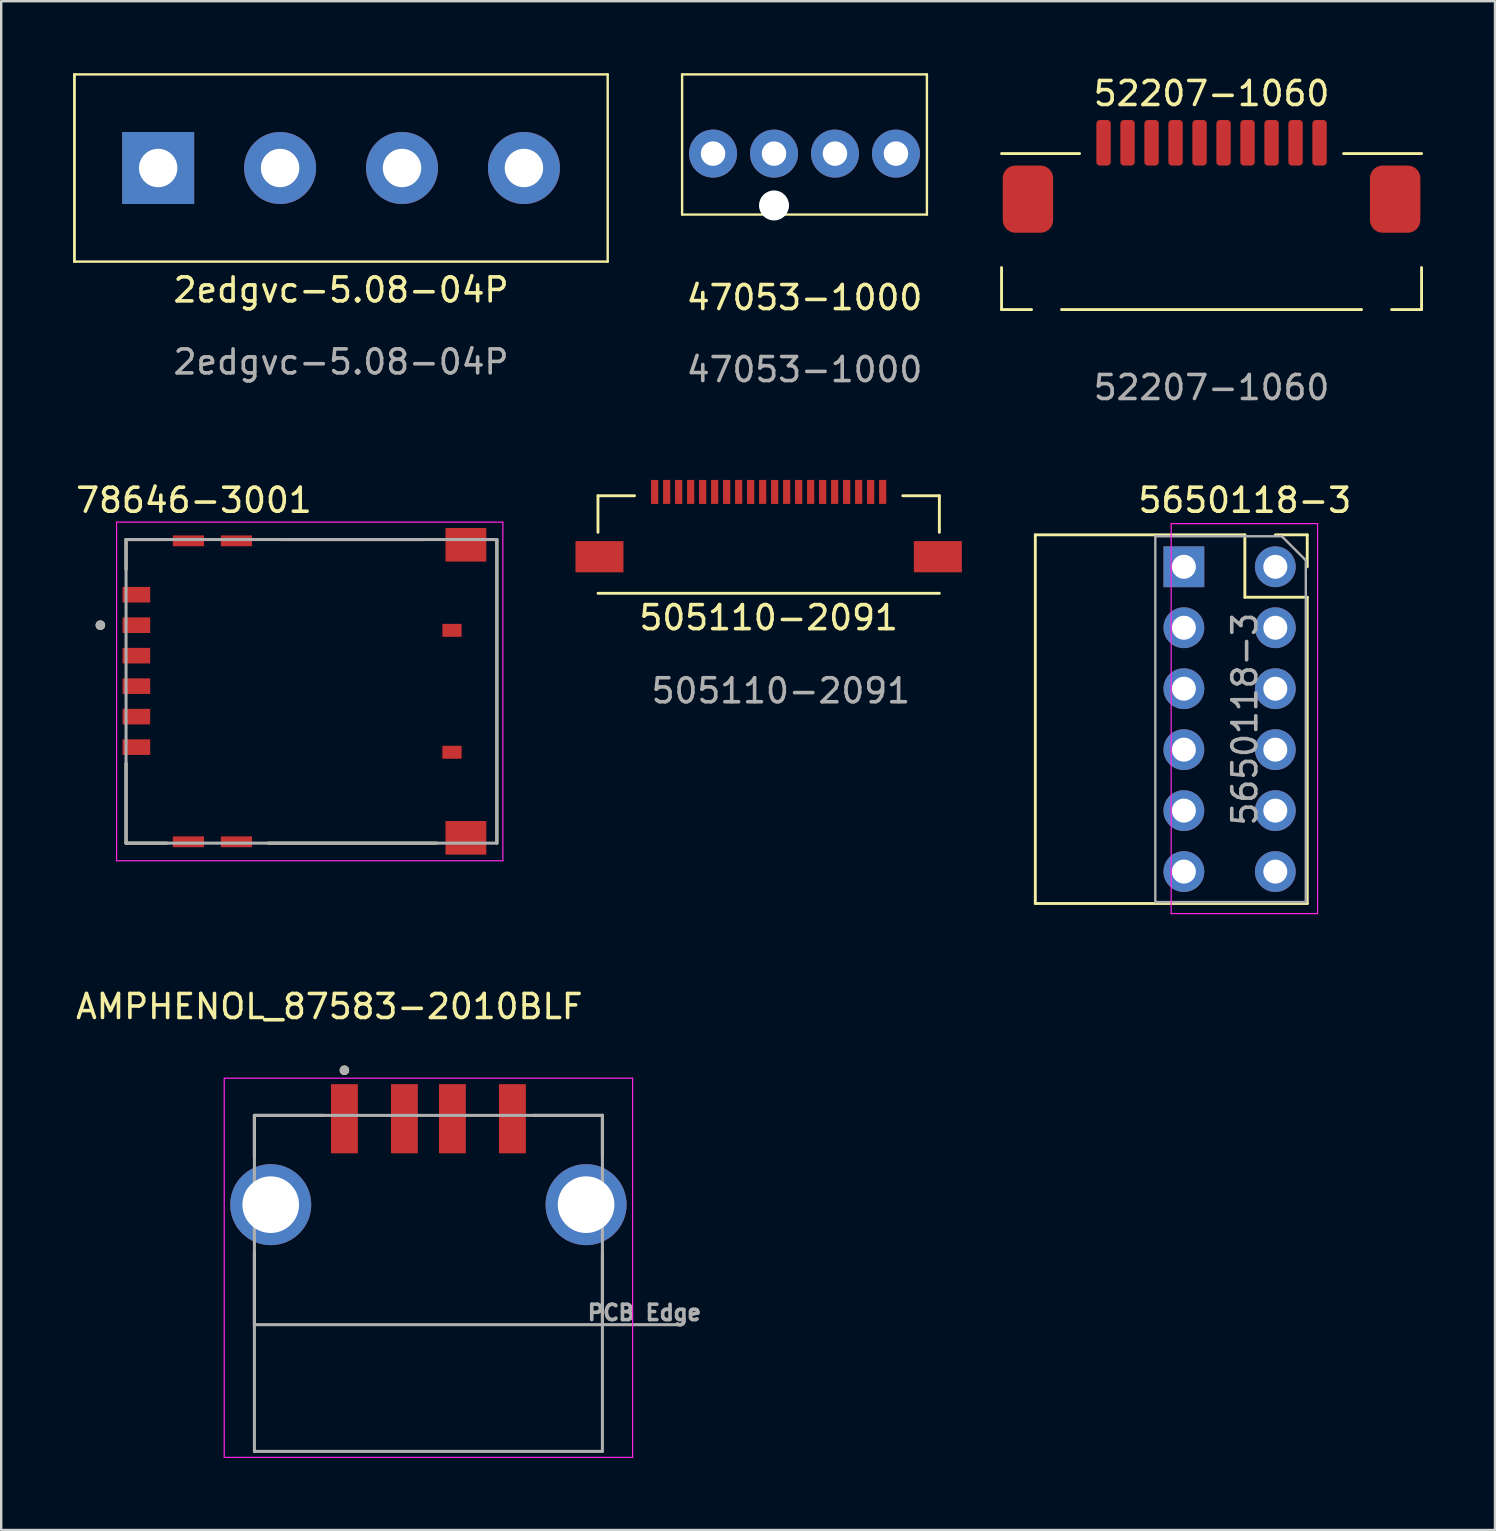
<source format=kicad_pcb>
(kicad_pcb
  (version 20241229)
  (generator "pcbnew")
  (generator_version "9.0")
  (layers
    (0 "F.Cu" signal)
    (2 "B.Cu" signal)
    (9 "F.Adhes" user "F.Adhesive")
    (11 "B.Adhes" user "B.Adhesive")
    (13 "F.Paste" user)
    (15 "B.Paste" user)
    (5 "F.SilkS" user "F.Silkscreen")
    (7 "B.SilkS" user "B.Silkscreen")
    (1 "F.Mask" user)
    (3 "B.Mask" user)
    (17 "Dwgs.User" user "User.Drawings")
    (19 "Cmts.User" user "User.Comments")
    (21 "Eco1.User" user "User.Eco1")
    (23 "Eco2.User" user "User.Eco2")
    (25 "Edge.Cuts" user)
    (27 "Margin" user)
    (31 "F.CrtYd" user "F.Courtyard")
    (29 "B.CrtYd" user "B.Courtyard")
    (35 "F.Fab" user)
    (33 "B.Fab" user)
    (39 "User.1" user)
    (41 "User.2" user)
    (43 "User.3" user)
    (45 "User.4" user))
  (footprint "2edgvc-5.08-04P"
    (layer "F.Cu")
    (at 11.16 3.95)
    (property "Reference" "2edgvc-5.08-04P" (at 0 5.08 0) (unlocked yes) (layer "F.SilkS") (effects (font (size 1 1) (thickness 0.15))))
    (attr smd)
    (fp_line (start -11.11 -3.9) (end -11.11 3.9) (stroke (width 0.1) (type default)) (layer "F.SilkS"))
    (fp_line (start -11.11 -3.9) (end -11.11 3.9) (stroke (width 0.1) (type default)) (layer "F.SilkS"))
    (fp_line (start -11.11 3.9) (end 11.11 3.9) (stroke (width 0.1) (type default)) (layer "F.SilkS"))
    (fp_line (start 11.11 -3.9) (end -11.11 -3.9) (stroke (width 0.1) (type default)) (layer "F.SilkS"))
    (fp_line (start 11.11 -3.9) (end 11.11 3.9) (stroke (width 0.1) (type default)) (layer "F.SilkS"))
    (fp_text user "${REFERENCE}" (at 0 8.08 0) (unlocked yes) (layer "F.Fab") (effects (font (size 1 1) (thickness 0.15))))
    (pad "1" thru_hole rect (at -7.62 0) (size 3 3) (drill 1.6) (layers "*.Cu" "*.Mask"))
    (pad "2" thru_hole circle (at -2.54 0) (size 3 3) (drill 1.6) (layers "*.Cu" "*.Mask"))
    (pad "3" thru_hole circle (at 2.54 0) (size 3 3) (drill 1.6) (layers "*.Cu" "*.Mask"))
    (pad "4" thru_hole circle (at 7.62 0) (size 3 3) (drill 1.6) (layers "*.Cu" "*.Mask")))
  (footprint "5650118-3"
    (layer "F.Cu")
    (at 50.087 20.565)
    (property "Reference" "5650118-3" (at -1.27 -2.77 0) (layer "F.SilkS") (effects (font (size 1 1) (thickness 0.15))))
    (attr through_hole)
    (fp_line (start -10 -1.33) (end -10 14.03) (stroke (width 0.12) (type solid)) (layer "F.SilkS"))
    (fp_line (start -10 -1.33) (end -1.27 -1.33) (stroke (width 0.12) (type solid)) (layer "F.SilkS"))
    (fp_line (start -10 14.03) (end 1.33 14.03) (stroke (width 0.12) (type solid)) (layer "F.SilkS"))
    (fp_line (start -1.27 -1.33) (end -1.27 1.27) (stroke (width 0.12) (type solid)) (layer "F.SilkS"))
    (fp_line (start -1.27 1.27) (end 1.33 1.27) (stroke (width 0.12) (type solid)) (layer "F.SilkS"))
    (fp_line (start 0 -1.33) (end 1.33 -1.33) (stroke (width 0.12) (type solid)) (layer "F.SilkS"))
    (fp_line (start 1.33 -1.33) (end 1.33 0) (stroke (width 0.12) (type solid)) (layer "F.SilkS"))
    (fp_line (start 1.33 1.27) (end 1.33 14.03) (stroke (width 0.12) (type solid)) (layer "F.SilkS"))
    (fp_line (start -4.34 -1.8) (end 1.76 -1.8) (stroke (width 0.05) (type solid)) (layer "F.CrtYd"))
    (fp_line (start -4.34 14.45) (end -4.34 -1.8) (stroke (width 0.05) (type solid)) (layer "F.CrtYd"))
    (fp_line (start 1.76 -1.8) (end 1.76 14.45) (stroke (width 0.05) (type solid)) (layer "F.CrtYd"))
    (fp_line (start 1.76 14.45) (end -4.34 14.45) (stroke (width 0.05) (type solid)) (layer "F.CrtYd"))
    (fp_line (start -5 -1.27) (end 0.27 -1.27) (stroke (width 0.1) (type solid)) (layer "F.Fab"))
    (fp_line (start -5 13.97) (end -5 -1.27) (stroke (width 0.1) (type solid)) (layer "F.Fab"))
    (fp_line (start 0.27 -1.27) (end 1.27 -0.27) (stroke (width 0.1) (type solid)) (layer "F.Fab"))
    (fp_line (start 1.27 -0.27) (end 1.27 13.97) (stroke (width 0.1) (type solid)) (layer "F.Fab"))
    (fp_line (start 1.27 13.97) (end -5 13.97) (stroke (width 0.1) (type solid)) (layer "F.Fab"))
    (fp_text user "${REFERENCE}" (at -1.27 6.35 90) (layer "F.Fab") (effects (font (size 1 1) (thickness 0.15))))
    (pad "1" thru_hole rect (at -3.81 0) (size 1.7 1.7) (drill 1) (layers "*.Cu" "*.Mask"))
    (pad "2" thru_hole oval (at 0 0) (size 1.7 1.7) (drill 1) (layers "*.Cu" "*.Mask"))
    (pad "3" thru_hole oval (at -3.81 2.54) (size 1.7 1.7) (drill 1) (layers "*.Cu" "*.Mask"))
    (pad "4" thru_hole oval (at 0 2.54) (size 1.7 1.7) (drill 1) (layers "*.Cu" "*.Mask"))
    (pad "5" thru_hole oval (at -3.81 5.08) (size 1.7 1.7) (drill 1) (layers "*.Cu" "*.Mask"))
    (pad "6" thru_hole oval (at 0 5.08) (size 1.7 1.7) (drill 1) (layers "*.Cu" "*.Mask"))
    (pad "7" thru_hole oval (at -3.81 7.62) (size 1.7 1.7) (drill 1) (layers "*.Cu" "*.Mask"))
    (pad "8" thru_hole oval (at 0 7.62) (size 1.7 1.7) (drill 1) (layers "*.Cu" "*.Mask"))
    (pad "9" thru_hole oval (at -3.81 10.16) (size 1.7 1.7) (drill 1) (layers "*.Cu" "*.Mask"))
    (pad "10" thru_hole oval (at 0 10.16) (size 1.7 1.7) (drill 1) (layers "*.Cu" "*.Mask"))
    (pad "11" thru_hole oval (at -3.81 12.7) (size 1.7 1.7) (drill 1) (layers "*.Cu" "*.Mask"))
    (pad "12" thru_hole oval (at 0 12.7) (size 1.7 1.7) (drill 1) (layers "*.Cu" "*.Mask")))
  (footprint "47053-1000"
    (layer "F.Cu")
    (at 30.47 3.35)
    (property "Reference" "47053-1000" (at 0 6 0) (unlocked yes) (layer "F.SilkS") (effects (font (size 1 1) (thickness 0.15))))
    (attr smd)
    (fp_line (start -5.1 2.54) (end -5.1 -3.3) (stroke (width 0.1) (type default)) (layer "F.SilkS"))
    (fp_line (start -5.1 2.54) (end 5.1 2.54) (stroke (width 0.1) (type default)) (layer "F.SilkS"))
    (fp_line (start 5.1 -3.3) (end -5.1 -3.3) (stroke (width 0.1) (type default)) (layer "F.SilkS"))
    (fp_line (start 5.1 2.54) (end 5.1 -3.3) (stroke (width 0.1) (type default)) (layer "F.SilkS"))
    (fp_text user "${REFERENCE}" (at 0 9 0) (unlocked yes) (layer "F.Fab") (effects (font (size 1 1) (thickness 0.15))))
    (pad "" np_thru_hole circle (at -1.27 2.16) (size 1.25 1.25) (drill 1.25) (layers "*.Cu" "*.Mask"))
    (pad "1" thru_hole circle (at 3.81 0) (size 2 2) (drill 1.02) (layers "*.Cu" "*.Mask"))
    (pad "2" thru_hole circle (at 1.27 0) (size 2 2) (drill 1.02) (layers "*.Cu" "*.Mask"))
    (pad "3" thru_hole circle (at -1.27 0) (size 2 2) (drill 1.02) (layers "*.Cu" "*.Mask"))
    (pad "4" thru_hole circle (at -3.81 0) (size 2 2) (drill 1.02) (layers "*.Cu" "*.Mask")))
  (footprint "AMPHENOL_87583-2010BLF"
    (layer "F.Cu")
    (at 14.8 47.143)
    (property "Reference" "AMPHENOL_87583-2010BLF" (at -4.128 -8.255 0) (layer "F.SilkS") (effects (font (size 1 1) (thickness 0.15))))
    (attr smd)
    (fp_line (start -7.25 -3.72) (end -7.25 -2.008) (stroke (width 0.127) (type solid)) (layer "F.SilkS"))
    (fp_line (start -7.25 -3.72) (end -4.38 -3.72) (stroke (width 0.127) (type solid)) (layer "F.SilkS"))
    (fp_line (start -7.25 5) (end -7.25 2.008) (stroke (width 0.127) (type solid)) (layer "F.SilkS"))
    (fp_line (start 4.38 -3.72) (end 7.25 -3.72) (stroke (width 0.127) (type solid)) (layer "F.SilkS"))
    (fp_line (start 7.25 -3.72) (end 7.25 -2.008) (stroke (width 0.127) (type solid)) (layer "F.SilkS"))
    (fp_line (start 7.25 5) (end 7.25 2.008) (stroke (width 0.127) (type solid)) (layer "F.SilkS"))
    (fp_circle (center -3.5 -5.6) (end -3.4 -5.6) (stroke (width 0.2) (type solid)) (fill no) (layer "F.SilkS"))
    (fp_line (start -8.508 -5.27) (end -8.508 10.53) (stroke (width 0.05) (type solid)) (layer "F.CrtYd"))
    (fp_line (start -8.508 10.53) (end 8.508 10.53) (stroke (width 0.05) (type solid)) (layer "F.CrtYd"))
    (fp_line (start 8.508 -5.27) (end -8.508 -5.27) (stroke (width 0.05) (type solid)) (layer "F.CrtYd"))
    (fp_line (start 8.508 10.53) (end 8.508 -5.27) (stroke (width 0.05) (type solid)) (layer "F.CrtYd"))
    (fp_line (start -7.25 -3.72) (end -7.25 5) (stroke (width 0.127) (type solid)) (layer "F.Fab"))
    (fp_line (start -7.25 -3.72) (end 7.25 -3.72) (stroke (width 0.127) (type solid)) (layer "F.Fab"))
    (fp_line (start -7.25 5) (end -7.25 10.28) (stroke (width 0.127) (type solid)) (layer "F.Fab"))
    (fp_line (start -7.25 5) (end 10.38 5) (stroke (width 0.127) (type solid)) (layer "F.Fab"))
    (fp_line (start -7.25 10.28) (end 7.25 10.28) (stroke (width 0.127) (type solid)) (layer "F.Fab"))
    (fp_line (start 7.25 -3.72) (end 7.25 10.28) (stroke (width 0.127) (type solid)) (layer "F.Fab"))
    (fp_circle (center -3.5 -5.6) (end -3.4 -5.6) (stroke (width 0.2) (type solid)) (fill no) (layer "F.Fab"))
    (fp_text user "PCB Edge" (at 9 4.5 0) (layer "F.Fab") (effects (font (size 0.64 0.64) (thickness 0.15))))
    (pad "1" smd rect (at -3.5 -3.58) (size 1.12 2.88) (layers "F.Cu" "F.Mask" "F.Paste"))
    (pad "2" smd rect (at -1 -3.58) (size 1.12 2.88) (layers "F.Cu" "F.Mask" "F.Paste"))
    (pad "3" smd rect (at 1 -3.58) (size 1.12 2.88) (layers "F.Cu" "F.Mask" "F.Paste"))
    (pad "4" smd rect (at 3.5 -3.58) (size 1.12 2.88) (layers "F.Cu" "F.Mask" "F.Paste"))
    (pad "5" thru_hole circle (at -6.57 0) (size 3.376 3.376) (drill 2.36) (layers "*.Cu" "*.Mask"))
    (pad "5" thru_hole circle (at 6.57 0) (size 3.376 3.376) (drill 2.36) (layers "*.Cu" "*.Mask")))
  (footprint "78646-3001"
    (layer "F.Cu")
    (at 9.927 25.754)
    (property "Reference" "78646-3001" (at -4.897 -7.96 0) (layer "F.SilkS") (effects (font (size 1 1) (thickness 0.15))))
    (attr smd)
    (fp_line (start -7.725 -6.325) (end -7.725 -5.08) (stroke (width 0.127) (type solid)) (layer "F.SilkS"))
    (fp_line (start -7.725 -6.325) (end -6.025 -6.325) (stroke (width 0.127) (type solid)) (layer "F.SilkS"))
    (fp_line (start -7.725 3) (end -7.725 6.325) (stroke (width 0.127) (type solid)) (layer "F.SilkS"))
    (fp_line (start -7.725 6.325) (end -6.025 6.325) (stroke (width 0.127) (type solid)) (layer "F.SilkS"))
    (fp_line (start -1.795 6.325) (end 5.205 6.325) (stroke (width 0.127) (type solid)) (layer "F.SilkS"))
    (fp_line (start -1.295 -6.325) (end 4.705 -6.325) (stroke (width 0.127) (type solid)) (layer "F.SilkS"))
    (fp_line (start 7.725 -6.325) (end 7.725 6.325) (stroke (width 0.127) (type solid)) (layer "F.SilkS"))
    (fp_circle (center -8.795 -2.755) (end -8.695 -2.755) (stroke (width 0.2) (type solid)) (fill no) (layer "F.SilkS"))
    (fp_line (start -8.12 -7.05) (end 7.975 -7.05) (stroke (width 0.05) (type solid)) (layer "F.CrtYd"))
    (fp_line (start -8.12 7.06) (end -8.12 -7.05) (stroke (width 0.05) (type solid)) (layer "F.CrtYd"))
    (fp_line (start 7.975 -7.05) (end 7.975 7.06) (stroke (width 0.05) (type solid)) (layer "F.CrtYd"))
    (fp_line (start 7.975 7.06) (end -8.12 7.06) (stroke (width 0.05) (type solid)) (layer "F.CrtYd"))
    (fp_line (start -7.725 -6.325) (end -7.725 6.325) (stroke (width 0.127) (type solid)) (layer "F.Fab"))
    (fp_line (start 7.725 -6.325) (end -7.725 -6.325) (stroke (width 0.127) (type solid)) (layer "F.Fab"))
    (fp_line (start 7.725 -6.325) (end 7.725 6.325) (stroke (width 0.127) (type solid)) (layer "F.Fab"))
    (fp_line (start 7.725 6.325) (end -7.725 6.325) (stroke (width 0.127) (type solid)) (layer "F.Fab"))
    (fp_circle (center -8.795 -2.755) (end -8.695 -2.755) (stroke (width 0.2) (type solid)) (fill no) (layer "F.Fab"))
    (pad "C1" smd rect (at -7.295 -2.755) (size 1.15 0.65) (layers "F.Cu" "F.Mask" "F.Paste"))
    (pad "C2" smd rect (at -7.295 -0.215) (size 1.15 0.65) (layers "F.Cu" "F.Mask" "F.Paste"))
    (pad "C3" smd rect (at -7.295 2.325) (size 1.15 0.65) (layers "F.Cu" "F.Mask" "F.Paste"))
    (pad "C5" smd rect (at -7.295 -4.025) (size 1.15 0.65) (layers "F.Cu" "F.Mask" "F.Paste"))
    (pad "C6" smd rect (at -7.295 -1.485) (size 1.15 0.65) (layers "F.Cu" "F.Mask" "F.Paste"))
    (pad "C7" smd rect (at -7.295 1.055) (size 1.15 0.65) (layers "F.Cu" "F.Mask" "F.Paste"))
    (pad "G1" smd rect (at -5.125 -6.27) (size 1.3 0.45) (layers "F.Cu" "F.Mask" "F.Paste"))
    (pad "G2" smd rect (at -3.125 -6.27) (size 1.3 0.45) (layers "F.Cu" "F.Mask" "F.Paste"))
    (pad "G3" smd rect (at -5.125 6.27) (size 1.3 0.45) (layers "F.Cu" "F.Mask" "F.Paste"))
    (pad "G4" smd rect (at -3.125 6.27) (size 1.3 0.45) (layers "F.Cu" "F.Mask" "F.Paste"))
    (pad "G5" smd rect (at 6.435 6.105) (size 1.7 1.4) (layers "F.Cu" "F.Mask" "F.Paste"))
    (pad "G6" smd rect (at 6.435 -6.105) (size 1.7 1.4) (layers "F.Cu" "F.Mask" "F.Paste"))
    (pad "X1" smd rect (at 5.855 -2.54) (size 0.8 0.54) (layers "F.Cu" "F.Mask" "F.Paste"))
    (pad "X2" smd rect (at 5.855 2.54) (size 0.8 0.54) (layers "F.Cu" "F.Mask" "F.Paste")))
  (footprint "505110-2091"
    (layer "F.Cu")
    (at 28.977 20.146)
    (property "Reference" "505110-2091" (at 0 2.54 0) (unlocked yes) (layer "F.SilkS") (effects (font (size 1 1) (thickness 0.15))))
    (attr smd)
    (fp_line (start -7.112 -2.54) (end -5.588 -2.54) (stroke (width 0.12) (type solid)) (layer "F.SilkS"))
    (fp_line (start -7.112 -1.016) (end -7.112 -2.54) (stroke (width 0.12) (type solid)) (layer "F.SilkS"))
    (fp_line (start -7.112 1.524) (end 7.112 1.524) (stroke (width 0.12) (type solid)) (layer "F.SilkS"))
    (fp_line (start 5.588 -2.54) (end 7.112 -2.54) (stroke (width 0.12) (type solid)) (layer "F.SilkS"))
    (fp_line (start 7.112 -1.016) (end 7.112 -2.54) (stroke (width 0.12) (type solid)) (layer "F.SilkS"))
    (fp_text user "${REFERENCE}" (at 0.508 5.588 0) (unlocked yes) (layer "F.Fab") (effects (font (size 1 1) (thickness 0.15))))
    (pad "1" smd rect (at 4.75 -2.7) (size 0.3 1) (layers "F.Cu" "F.Mask" "F.Paste"))
    (pad "2" smd rect (at 4.25 -2.7) (size 0.3 1) (layers "F.Cu" "F.Mask" "F.Paste"))
    (pad "3" smd rect (at 3.75 -2.7) (size 0.3 1) (layers "F.Cu" "F.Mask" "F.Paste"))
    (pad "4" smd rect (at 3.25 -2.7) (size 0.3 1) (layers "F.Cu" "F.Mask" "F.Paste"))
    (pad "5" smd rect (at 2.75 -2.7) (size 0.3 1) (layers "F.Cu" "F.Mask" "F.Paste"))
    (pad "6" smd rect (at 2.25 -2.7) (size 0.3 1) (layers "F.Cu" "F.Mask" "F.Paste"))
    (pad "7" smd rect (at 1.75 -2.7) (size 0.3 1) (layers "F.Cu" "F.Mask" "F.Paste"))
    (pad "8" smd rect (at 1.25 -2.7) (size 0.3 1) (layers "F.Cu" "F.Mask" "F.Paste"))
    (pad "9" smd rect (at 0.75 -2.7) (size 0.3 1) (layers "F.Cu" "F.Mask" "F.Paste"))
    (pad "10" smd rect (at 0.25 -2.7) (size 0.3 1) (layers "F.Cu" "F.Mask" "F.Paste"))
    (pad "11" smd rect (at -0.25 -2.7) (size 0.3 1) (layers "F.Cu" "F.Mask" "F.Paste"))
    (pad "12" smd rect (at -0.75 -2.7) (size 0.3 1) (layers "F.Cu" "F.Mask" "F.Paste"))
    (pad "13" smd rect (at -1.25 -2.7) (size 0.3 1) (layers "F.Cu" "F.Mask" "F.Paste"))
    (pad "14" smd rect (at -1.75 -2.7) (size 0.3 1) (layers "F.Cu" "F.Mask" "F.Paste"))
    (pad "15" smd rect (at -2.25 -2.7) (size 0.3 1) (layers "F.Cu" "F.Mask" "F.Paste"))
    (pad "16" smd rect (at -2.75 -2.7) (size 0.3 1) (layers "F.Cu" "F.Mask" "F.Paste"))
    (pad "17" smd rect (at -3.25 -2.7) (size 0.3 1) (layers "F.Cu" "F.Mask" "F.Paste"))
    (pad "18" smd rect (at -3.75 -2.7) (size 0.3 1) (layers "F.Cu" "F.Mask" "F.Paste"))
    (pad "19" smd rect (at -4.25 -2.7) (size 0.3 1) (layers "F.Cu" "F.Mask" "F.Paste"))
    (pad "20" smd rect (at -4.75 -2.7) (size 0.3 1) (layers "F.Cu" "F.Mask" "F.Paste"))
    (pad "MP1" smd rect (at 7.05 0) (size 2 1.3) (layers "F.Cu" "F.Mask" "F.Paste"))
    (pad "MP2" smd rect (at -7.05 0) (size 2 1.3) (layers "F.Cu" "F.Mask" "F.Paste")))
  (footprint "52207-1060"
    (layer "F.Cu")
    (at 47.43 3.848)
    (property "Reference" "52207-1060" (at 0 -3 0) (unlocked yes) (layer "F.SilkS") (effects (font (size 1 1) (thickness 0.15))))
    (attr smd)
    (fp_line (start -8.75 -0.5) (end -5.5 -0.5) (stroke (width 0.12) (type solid)) (layer "F.SilkS"))
    (fp_line (start -8.75 4.25) (end -8.75 6) (stroke (width 0.12) (type solid)) (layer "F.SilkS"))
    (fp_line (start -8.75 6) (end -7.5 6) (stroke (width 0.12) (type solid)) (layer "F.SilkS"))
    (fp_line (start -6.25 6) (end 6.25 6) (stroke (width 0.12) (type solid)) (layer "F.SilkS"))
    (fp_line (start 5.5 -0.5) (end 8.75 -0.5) (stroke (width 0.12) (type solid)) (layer "F.SilkS"))
    (fp_line (start 8.75 4.25) (end 8.75 6) (stroke (width 0.12) (type solid)) (layer "F.SilkS"))
    (fp_line (start 8.75 6) (end 7.5 6) (stroke (width 0.12) (type solid)) (layer "F.SilkS"))
    (fp_text user "${REFERENCE}" (at 0 9.25 0) (unlocked yes) (layer "F.Fab") (effects (font (size 1 1) (thickness 0.15))))
    (pad "1" smd roundrect (at 4.5 -0.95) (size 0.6 1.9) (layers "F.Cu" "F.Mask" "F.Paste") (roundrect_rratio 0.25))
    (pad "2" smd roundrect (at 3.5 -0.95) (size 0.6 1.9) (layers "F.Cu" "F.Mask" "F.Paste") (roundrect_rratio 0.25))
    (pad "3" smd roundrect (at 2.5 -0.95) (size 0.6 1.9) (layers "F.Cu" "F.Mask" "F.Paste") (roundrect_rratio 0.25))
    (pad "4" smd roundrect (at 1.5 -0.95) (size 0.6 1.9) (layers "F.Cu" "F.Mask" "F.Paste") (roundrect_rratio 0.25))
    (pad "5" smd roundrect (at 0.5 -0.95) (size 0.6 1.9) (layers "F.Cu" "F.Mask" "F.Paste") (roundrect_rratio 0.25))
    (pad "6" smd roundrect (at -0.5 -0.95) (size 0.6 1.9) (layers "F.Cu" "F.Mask" "F.Paste") (roundrect_rratio 0.25))
    (pad "7" smd roundrect (at -1.5 -0.95) (size 0.6 1.9) (layers "F.Cu" "F.Mask" "F.Paste") (roundrect_rratio 0.25))
    (pad "8" smd roundrect (at -2.5 -0.95) (size 0.6 1.9) (layers "F.Cu" "F.Mask" "F.Paste") (roundrect_rratio 0.25))
    (pad "9" smd roundrect (at -3.5 -0.95) (size 0.6 1.9) (layers "F.Cu" "F.Mask" "F.Paste") (roundrect_rratio 0.25))
    (pad "10" smd roundrect (at -4.5 -0.95) (size 0.6 1.9) (layers "F.Cu" "F.Mask" "F.Paste") (roundrect_rratio 0.25))
    (pad "MP" smd roundrect (at -7.65 1.4) (size 2.1 2.8) (layers "F.Cu" "F.Mask" "F.Paste") (roundrect_rratio 0.25))
    (pad "MP" smd roundrect (at 7.65 1.4) (size 2.1 2.8) (layers "F.Cu" "F.Mask" "F.Paste") (roundrect_rratio 0.25)))
  (gr_rect
    (start -3 -3)
    (end 59.24 60.698)
    (stroke (width 0.1) (type default))
    (fill no)
    (layer "Edge.Cuts")))
</source>
